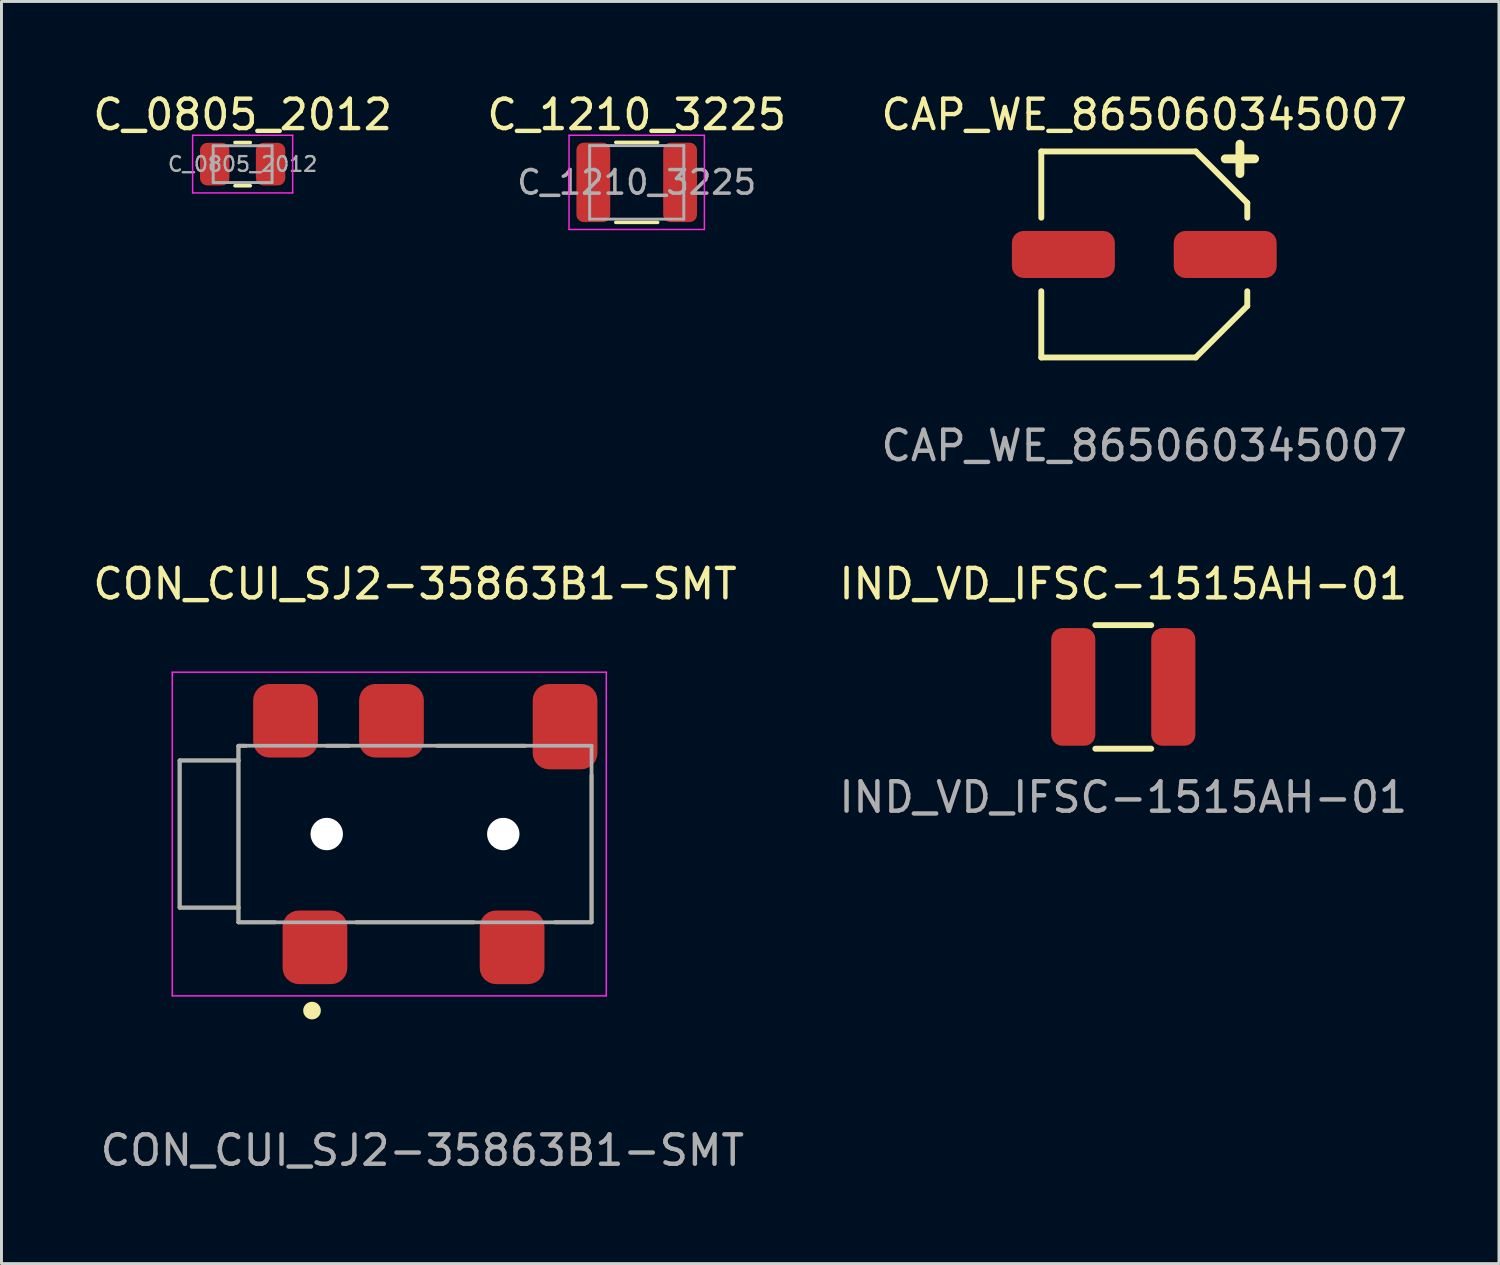
<source format=kicad_pcb>
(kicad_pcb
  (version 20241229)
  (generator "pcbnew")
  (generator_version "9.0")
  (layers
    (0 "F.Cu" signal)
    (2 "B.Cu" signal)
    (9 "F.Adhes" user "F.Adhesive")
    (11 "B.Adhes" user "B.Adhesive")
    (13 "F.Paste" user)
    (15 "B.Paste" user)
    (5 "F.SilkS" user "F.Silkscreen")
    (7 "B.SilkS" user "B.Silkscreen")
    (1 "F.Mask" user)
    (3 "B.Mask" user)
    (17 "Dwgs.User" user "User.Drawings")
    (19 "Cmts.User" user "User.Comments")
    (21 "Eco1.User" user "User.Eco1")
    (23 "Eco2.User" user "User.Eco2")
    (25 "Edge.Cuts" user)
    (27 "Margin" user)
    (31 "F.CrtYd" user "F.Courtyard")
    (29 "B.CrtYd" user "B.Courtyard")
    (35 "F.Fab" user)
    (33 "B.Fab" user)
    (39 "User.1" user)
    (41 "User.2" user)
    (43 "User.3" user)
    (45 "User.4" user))
  (footprint "IND_VD_IFSC-1515AH-01"
    (layer "F.Cu")
    (at 35.125 20.295)
    (property "Reference" "IND_VD_IFSC-1515AH-01" (at 0 -3.5 0) (unlocked yes) (layer "F.SilkS") (effects (font (size 1 1) (thickness 0.15))))
    (attr smd)
    (fp_line (start -0.95 -2.1) (end 0.95 -2.1) (stroke (width 0.2) (type solid)) (layer "F.SilkS"))
    (fp_line (start -0.95 2.1) (end 0.95 2.1) (stroke (width 0.2) (type solid)) (layer "F.SilkS"))
    (fp_text user "${REFERENCE}" (at 0 3.75 0) (unlocked yes) (layer "F.Fab") (effects (font (size 1 1) (thickness 0.15))))
    (pad "1" smd roundrect (at -1.7 0 90) (size 4 1.5) (layers "F.Cu" "F.Mask" "F.Paste") (roundrect_rratio 0.25))
    (pad "2" smd roundrect (at 1.7 0 90) (size 4 1.5) (layers "F.Cu" "F.Mask" "F.Paste") (roundrect_rratio 0.25)))
  (footprint "C_0805_2012"
    (layer "F.Cu")
    (at 5.196 2.528)
    (property "Reference" "C_0805_2012" (at 0 -1.68 0) (layer "F.SilkS") (effects (font (size 1 1) (thickness 0.15))))
    (attr smd)
    (fp_line (start -0.261 -0.735) (end 0.261 -0.735) (stroke (width 0.12) (type solid)) (layer "F.SilkS"))
    (fp_line (start -0.261 0.735) (end 0.261 0.735) (stroke (width 0.12) (type solid)) (layer "F.SilkS"))
    (fp_line (start -1.7 -0.98) (end 1.7 -0.98) (stroke (width 0.05) (type solid)) (layer "F.CrtYd"))
    (fp_line (start -1.7 0.98) (end -1.7 -0.98) (stroke (width 0.05) (type solid)) (layer "F.CrtYd"))
    (fp_line (start 1.7 -0.98) (end 1.7 0.98) (stroke (width 0.05) (type solid)) (layer "F.CrtYd"))
    (fp_line (start 1.7 0.98) (end -1.7 0.98) (stroke (width 0.05) (type solid)) (layer "F.CrtYd"))
    (fp_line (start -1 -0.625) (end 1 -0.625) (stroke (width 0.1) (type solid)) (layer "F.Fab"))
    (fp_line (start -1 0.625) (end -1 -0.625) (stroke (width 0.1) (type solid)) (layer "F.Fab"))
    (fp_line (start 1 -0.625) (end 1 0.625) (stroke (width 0.1) (type solid)) (layer "F.Fab"))
    (fp_line (start 1 0.625) (end -1 0.625) (stroke (width 0.1) (type solid)) (layer "F.Fab"))
    (fp_text user "${REFERENCE}" (at 0 0 0) (layer "F.Fab") (effects (font (size 0.5 0.5) (thickness 0.08))))
    (pad "1" smd roundrect (at -0.95 0) (size 1 1.45) (layers "F.Cu" "F.Mask" "F.Paste") (roundrect_rratio 0.25))
    (pad "2" smd roundrect (at 0.95 0) (size 1 1.45) (layers "F.Cu" "F.Mask" "F.Paste") (roundrect_rratio 0.25)))
  (footprint "CON_CUI_SJ2-35863B1-SMT"
    (layer "F.Cu")
    (at 11.054 25.295)
    (property "Reference" "CON_CUI_SJ2-35863B1-SMT" (at 0 -8.5 0) (unlocked yes) (layer "F.SilkS") (effects (font (size 1 1) (thickness 0.15))))
    (attr smd)
    (fp_line (start -8 -2.5) (end -8 2.5) (stroke (width 0.127) (type solid)) (layer "F.SilkS"))
    (fp_line (start -8 2.5) (end -6 2.5) (stroke (width 0.127) (type solid)) (layer "F.SilkS"))
    (fp_line (start -6 -3) (end -6 -2.5) (stroke (width 0.127) (type solid)) (layer "F.SilkS"))
    (fp_line (start -6 -2.5) (end -8 -2.5) (stroke (width 0.127) (type solid)) (layer "F.SilkS"))
    (fp_line (start -6 2.5) (end -6 -2.5) (stroke (width 0.127) (type solid)) (layer "F.SilkS"))
    (fp_line (start -6 2.5) (end -6 3) (stroke (width 0.127) (type solid)) (layer "F.SilkS"))
    (fp_line (start -6 3) (end -4.75 3) (stroke (width 0.127) (type solid)) (layer "F.SilkS"))
    (fp_line (start -5.75 -3) (end -6 -3) (stroke (width 0.127) (type solid)) (layer "F.SilkS"))
    (fp_line (start -3 -3) (end -2.25 -3) (stroke (width 0.127) (type solid)) (layer "F.SilkS"))
    (fp_line (start -2 3) (end 2 3) (stroke (width 0.127) (type solid)) (layer "F.SilkS"))
    (fp_line (start 0.75 -3) (end 3.75 -3) (stroke (width 0.127) (type solid)) (layer "F.SilkS"))
    (fp_line (start 4.75 3) (end 6 3) (stroke (width 0.127) (type solid)) (layer "F.SilkS"))
    (fp_line (start 6 3) (end 6 -2) (stroke (width 0.127) (type solid)) (layer "F.SilkS"))
    (fp_circle (center -3.5 6) (end -3.35 6) (stroke (width 0.3) (type solid)) (fill no) (layer "F.SilkS"))
    (fp_line (start -8.25 -5.5) (end 6.5 -5.5) (stroke (width 0.05) (type solid)) (layer "F.CrtYd"))
    (fp_line (start -8.25 5.5) (end -8.25 -5.5) (stroke (width 0.05) (type solid)) (layer "F.CrtYd"))
    (fp_line (start 6.5 -5.5) (end 6.5 5.5) (stroke (width 0.05) (type solid)) (layer "F.CrtYd"))
    (fp_line (start 6.5 5.5) (end -8.25 5.5) (stroke (width 0.05) (type solid)) (layer "F.CrtYd"))
    (fp_line (start -8 -2.5) (end -8 2.5) (stroke (width 0.127) (type solid)) (layer "F.Fab"))
    (fp_line (start -8 2.5) (end -6 2.5) (stroke (width 0.127) (type solid)) (layer "F.Fab"))
    (fp_line (start -6 -3) (end 6 -3) (stroke (width 0.127) (type solid)) (layer "F.Fab"))
    (fp_line (start -6 -2.5) (end -8 -2.5) (stroke (width 0.127) (type solid)) (layer "F.Fab"))
    (fp_line (start -6 -2.5) (end -6 -3) (stroke (width 0.127) (type solid)) (layer "F.Fab"))
    (fp_line (start -6 2.5) (end -6 -2.5) (stroke (width 0.127) (type solid)) (layer "F.Fab"))
    (fp_line (start -6 3) (end -6 2.5) (stroke (width 0.127) (type solid)) (layer "F.Fab"))
    (fp_line (start 6 -3) (end 6 3) (stroke (width 0.127) (type solid)) (layer "F.Fab"))
    (fp_line (start 6 3) (end -6 3) (stroke (width 0.127) (type solid)) (layer "F.Fab"))
    (fp_text user "${REFERENCE}" (at 0.25 10.75 0) (unlocked yes) (layer "F.Fab") (effects (font (size 1 1) (thickness 0.15))))
    (pad "" np_thru_hole circle (at -3 0) (size 1.1 1.1) (drill 1.1) (layers "*.Cu" "*.Mask"))
    (pad "" np_thru_hole circle (at 3 0) (size 1.1 1.1) (drill 1.1) (layers "*.Cu" "*.Mask"))
    (pad "1" smd roundrect (at -3.4 3.85) (size 2.2 2.5) (layers "F.Cu" "F.Mask" "F.Paste") (roundrect_rratio 0.25))
    (pad "2" smd roundrect (at 3.3 3.85) (size 2.2 2.5) (layers "F.Cu" "F.Mask" "F.Paste") (roundrect_rratio 0.25))
    (pad "3" smd roundrect (at -0.8 -3.85) (size 2.2 2.5) (layers "F.Cu" "F.Mask" "F.Paste") (roundrect_rratio 0.25))
    (pad "4" smd roundrect (at -4.4 -3.85) (size 2.2 2.5) (layers "F.Cu" "F.Mask" "F.Paste") (roundrect_rratio 0.25))
    (pad "10" smd roundrect (at 5.1 -3.65) (size 2.2 2.9) (layers "F.Cu" "F.Mask" "F.Paste") (roundrect_rratio 0.25)))
  (footprint "C_1210_3225"
    (layer "F.Cu")
    (at 18.589 3.148)
    (property "Reference" "C_1210_3225" (at 0 -2.3 0) (layer "F.SilkS") (effects (font (size 1 1) (thickness 0.15))))
    (attr smd)
    (fp_line (start -0.711 -1.36) (end 0.711 -1.36) (stroke (width 0.12) (type solid)) (layer "F.SilkS"))
    (fp_line (start -0.711 1.36) (end 0.711 1.36) (stroke (width 0.12) (type solid)) (layer "F.SilkS"))
    (fp_line (start -2.3 -1.6) (end 2.3 -1.6) (stroke (width 0.05) (type solid)) (layer "F.CrtYd"))
    (fp_line (start -2.3 1.6) (end -2.3 -1.6) (stroke (width 0.05) (type solid)) (layer "F.CrtYd"))
    (fp_line (start 2.3 -1.6) (end 2.3 1.6) (stroke (width 0.05) (type solid)) (layer "F.CrtYd"))
    (fp_line (start 2.3 1.6) (end -2.3 1.6) (stroke (width 0.05) (type solid)) (layer "F.CrtYd"))
    (fp_line (start -1.6 -1.25) (end 1.6 -1.25) (stroke (width 0.1) (type solid)) (layer "F.Fab"))
    (fp_line (start -1.6 1.25) (end -1.6 -1.25) (stroke (width 0.1) (type solid)) (layer "F.Fab"))
    (fp_line (start 1.6 -1.25) (end 1.6 1.25) (stroke (width 0.1) (type solid)) (layer "F.Fab"))
    (fp_line (start 1.6 1.25) (end -1.6 1.25) (stroke (width 0.1) (type solid)) (layer "F.Fab"))
    (fp_text user "${REFERENCE}" (at 0 0 0) (layer "F.Fab") (effects (font (size 0.8 0.8) (thickness 0.12))))
    (pad "1" smd roundrect (at -1.475 0) (size 1.15 2.7) (layers "F.Cu" "F.Mask" "F.Paste") (roundrect_rratio 0.217))
    (pad "2" smd roundrect (at 1.475 0) (size 1.15 2.7) (layers "F.Cu" "F.Mask" "F.Paste") (roundrect_rratio 0.217)))
  (footprint "CAP_WE_865060345007"
    (layer "F.Cu")
    (at 35.839 5.598)
    (property "Reference" "CAP_WE_865060345007" (at 0 -4.75 0) (unlocked yes) (layer "F.SilkS") (effects (font (size 1 1) (thickness 0.15))))
    (attr smd)
    (fp_line (start -3.5 -3.5) (end -3.5 -1.25) (stroke (width 0.2) (type default)) (layer "F.SilkS"))
    (fp_line (start -3.5 3.5) (end -3.5 1.25) (stroke (width 0.2) (type default)) (layer "F.SilkS"))
    (fp_line (start 1.75 -3.5) (end -3.5 -3.5) (stroke (width 0.2) (type default)) (layer "F.SilkS"))
    (fp_line (start 1.75 -3.5) (end 3.5 -1.75) (stroke (width 0.2) (type default)) (layer "F.SilkS"))
    (fp_line (start 1.75 3.5) (end -3.5 3.5) (stroke (width 0.2) (type default)) (layer "F.SilkS"))
    (fp_line (start 1.75 3.5) (end 3.5 1.75) (stroke (width 0.2) (type default)) (layer "F.SilkS"))
    (fp_line (start 2.75 -3.25) (end 3.75 -3.25) (stroke (width 0.3) (type default)) (layer "F.SilkS"))
    (fp_line (start 3.25 -3.75) (end 3.25 -2.75) (stroke (width 0.3) (type default)) (layer "F.SilkS"))
    (fp_line (start 3.5 -1.75) (end 3.5 -1.25) (stroke (width 0.2) (type default)) (layer "F.SilkS"))
    (fp_line (start 3.5 1.75) (end 3.5 1.25) (stroke (width 0.2) (type default)) (layer "F.SilkS"))
    (fp_text user "${REFERENCE}" (at 0 6.5 0) (unlocked yes) (layer "F.Fab") (effects (font (size 1 1) (thickness 0.15))))
    (pad "1" smd roundrect (at 2.75 0) (size 3.5 1.6) (layers "F.Cu" "F.Mask" "F.Paste") (roundrect_rratio 0.25))
    (pad "2" smd roundrect (at -2.75 0) (size 3.5 1.6) (layers "F.Cu" "F.Mask" "F.Paste") (roundrect_rratio 0.25)))
  (gr_rect
    (start -3 -3)
    (end 47.893 39.893)
    (stroke (width 0.1) (type default))
    (fill no)
    (layer "Edge.Cuts")))
</source>
